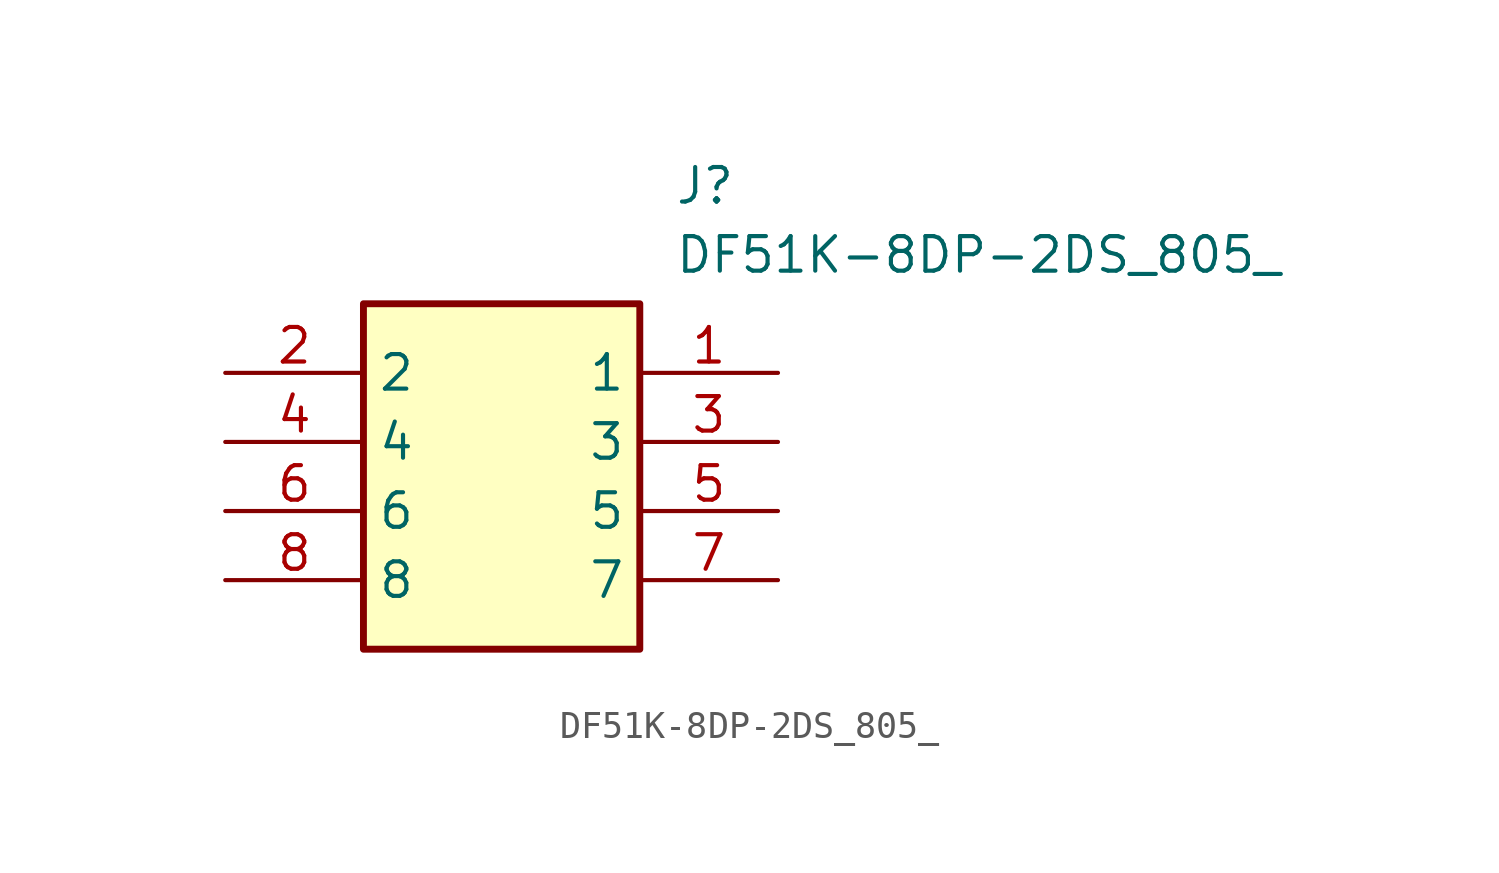
<source format=kicad_sym>
(kicad_symbol_lib
  (version 20211014)
  (generator SamacSys_ECAD_Model)
  (symbol "DF51K-8DP-2DS_805_"
    (property "Reference" "J"
      (at 16.51 7.62 0)
      (effects (font (size 1.27 1.27)) (justify left top)))
    (property "Value" "DF51K-8DP-2DS_805_"
      (at 16.51 5.08 0)
      (effects (font (size 1.27 1.27)) (justify left top)))
    (rectangle
      (start 5.08 2.54)
      (end 15.24 -10.16)
      (stroke (width 0.254) (type default))
      (fill (type background)))
    (pin passive line
      (at 20.32 0 180)
      (length 5.08)
      (name "1" (effects (font (size 1.27 1.27))))
      (number "1" (effects (font (size 1.27 1.27)))))
    (pin passive line
      (at 0 0 0)
      (length 5.08)
      (name "2" (effects (font (size 1.27 1.27))))
      (number "2" (effects (font (size 1.27 1.27)))))
    (pin passive line
      (at 20.32 -2.54 180)
      (length 5.08)
      (name "3" (effects (font (size 1.27 1.27))))
      (number "3" (effects (font (size 1.27 1.27)))))
    (pin passive line
      (at 0 -2.54 0)
      (length 5.08)
      (name "4" (effects (font (size 1.27 1.27))))
      (number "4" (effects (font (size 1.27 1.27)))))
    (pin passive line
      (at 20.32 -5.08 180)
      (length 5.08)
      (name "5" (effects (font (size 1.27 1.27))))
      (number "5" (effects (font (size 1.27 1.27)))))
    (pin passive line
      (at 0 -5.08 0)
      (length 5.08)
      (name "6" (effects (font (size 1.27 1.27))))
      (number "6" (effects (font (size 1.27 1.27)))))
    (pin passive line
      (at 20.32 -7.62 180)
      (length 5.08)
      (name "7" (effects (font (size 1.27 1.27))))
      (number "7" (effects (font (size 1.27 1.27)))))
    (pin passive line
      (at 0 -7.62 0)
      (length 5.08)
      (name "8" (effects (font (size 1.27 1.27))))
      (number "8" (effects (font (size 1.27 1.27)))))))
</source>
